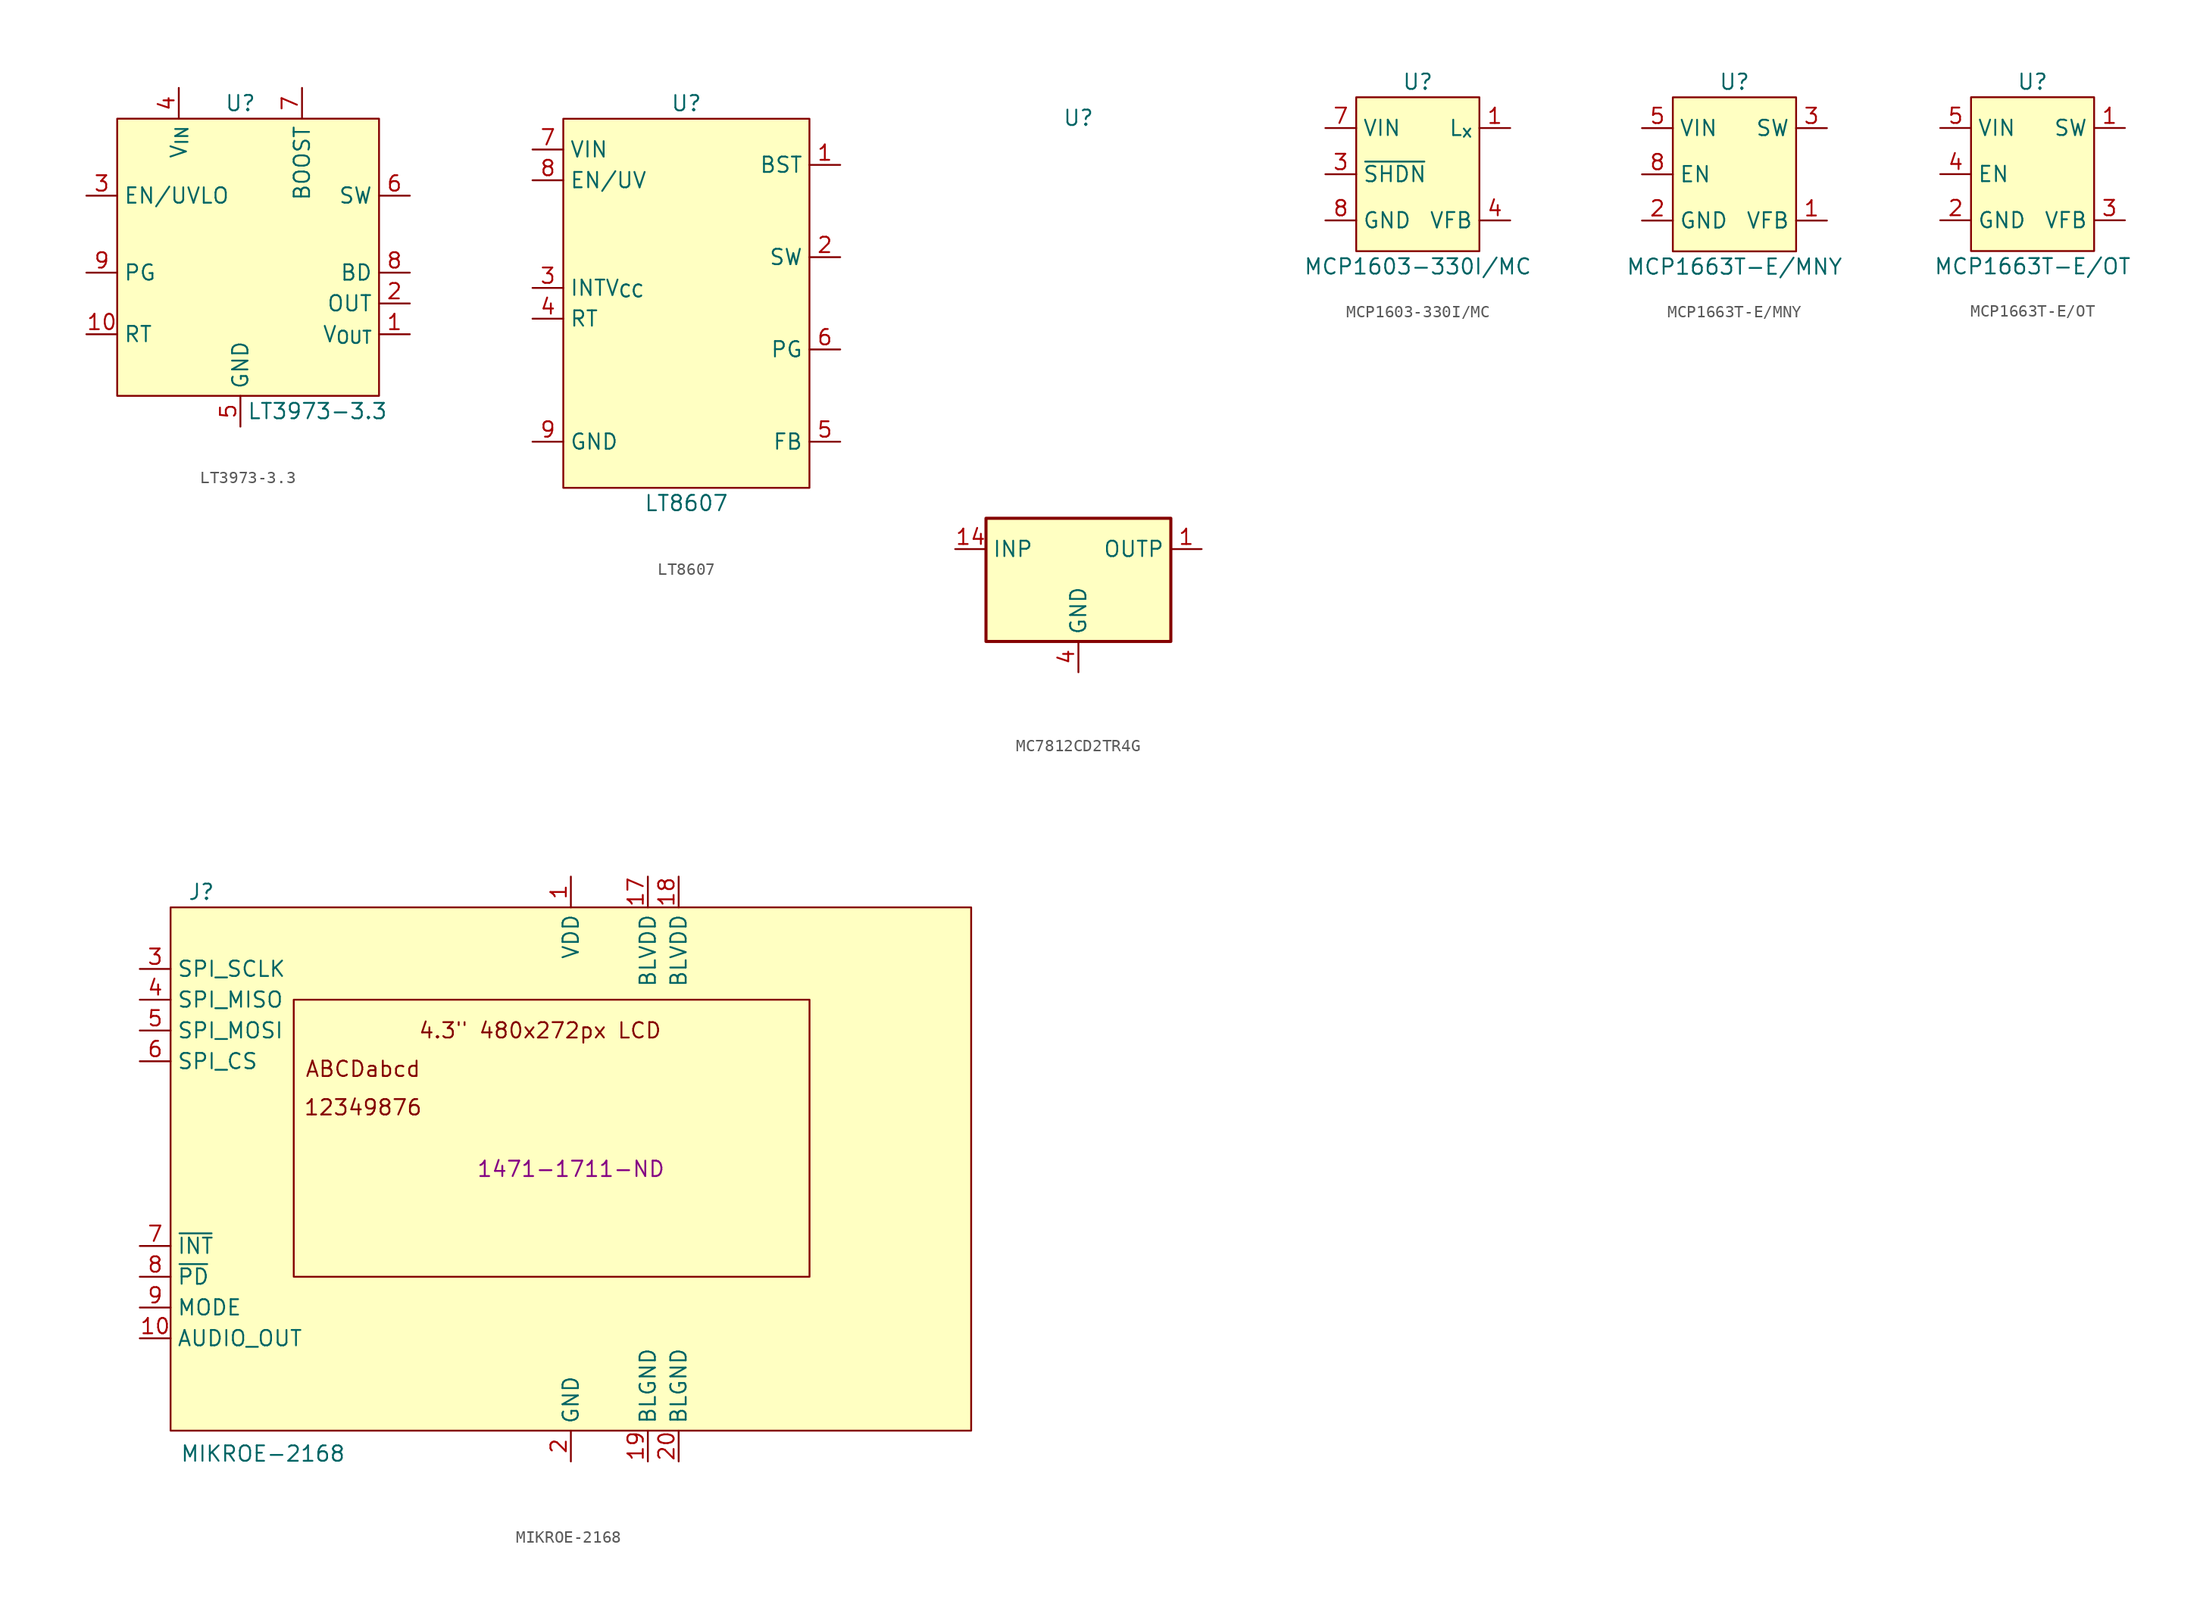
<source format=kicad_sym>
(kicad_symbol_lib
  (version 20231120)
  (generator "kicad_symbol_editor")
  (generator_version "8.0")
  (symbol "LT3973-3.3"
    (property "Reference" "U"
      (at 0 12.7 0)
      (effects (font (size 1.27 1.27))))
    (property "Value" "LT3973-3.3"
      (at 6.35 -12.7 0)
      (effects (font (size 1.27 1.27))))
    (symbol "LT3973-3.3_0_1"
      (rectangle (start -10.16 11.43) (end 11.43 -11.43) (stroke (width 0) (type default)) (fill (type background))))
    (symbol "LT3973-3.3_1_1"
      (pin input line (at 13.97 -6.35 180) (length 2.54) (name "V_{OUT}" (effects (font (size 1.27 1.27)))) (number "1" (effects (font (size 1.27 1.27)))))
      (pin input line (at -12.7 -6.35 0) (length 2.54) (name "RT" (effects (font (size 1.27 1.27)))) (number "10" (effects (font (size 1.27 1.27)))))
      (pin power_in line (at 0 -13.97 90) (length 2.54) hide (name "GND" (effects (font (size 1.27 1.27)))) (number "11" (effects (font (size 1.27 1.27)))))
      (pin input line (at 13.97 -3.81 180) (length 2.54) (name "OUT" (effects (font (size 1.27 1.27)))) (number "2" (effects (font (size 1.27 1.27)))))
      (pin input line (at -12.7 5.08 0) (length 2.54) (name "EN/UVLO" (effects (font (size 1.27 1.27)))) (number "3" (effects (font (size 1.27 1.27)))))
      (pin input line (at -5.08 13.97 270) (length 2.54) (name "V_{IN}" (effects (font (size 1.27 1.27)))) (number "4" (effects (font (size 1.27 1.27)))))
      (pin power_in line (at 0 -13.97 90) (length 2.54) (name "GND" (effects (font (size 1.27 1.27)))) (number "5" (effects (font (size 1.27 1.27)))))
      (pin input line (at 13.97 5.08 180) (length 2.54) (name "SW" (effects (font (size 1.27 1.27)))) (number "6" (effects (font (size 1.27 1.27)))))
      (pin input line (at 5.08 13.97 270) (length 2.54) (name "BOOST" (effects (font (size 1.27 1.27)))) (number "7" (effects (font (size 1.27 1.27)))))
      (pin input line (at 13.97 -1.27 180) (length 2.54) (name "BD" (effects (font (size 1.27 1.27)))) (number "8" (effects (font (size 1.27 1.27)))))
      (pin input line (at -12.7 -1.27 0) (length 2.54) (name "PG" (effects (font (size 1.27 1.27)))) (number "9" (effects (font (size 1.27 1.27)))))))
  (symbol "LT8607"
    (property "Reference" "U"
      (at 0 16.51 0)
      (effects (font (size 1.27 1.27))))
    (property "Value" "LT8607"
      (at 0 -16.51 0)
      (effects (font (size 1.27 1.27))))
    (symbol "LT8607_0_1"
      (rectangle (start -10.16 15.24) (end 10.16 -15.24) (stroke (width 0) (type default)) (fill (type background))))
    (symbol "LT8607_1_1"
      (pin input line (at 12.7 11.43 180) (length 2.54) (name "BST" (effects (font (size 1.27 1.27)))) (number "1" (effects (font (size 1.27 1.27)))))
      (pin input line (at 12.7 3.81 180) (length 2.54) (name "SW" (effects (font (size 1.27 1.27)))) (number "2" (effects (font (size 1.27 1.27)))))
      (pin input line (at -12.7 1.27 0) (length 2.54) (name "INTV_{CC}" (effects (font (size 1.27 1.27)))) (number "3" (effects (font (size 1.27 1.27)))))
      (pin input line (at -12.7 -1.27 0) (length 2.54) (name "RT" (effects (font (size 1.27 1.27)))) (number "4" (effects (font (size 1.27 1.27)))))
      (pin input line (at 12.7 -11.43 180) (length 2.54) (name "FB" (effects (font (size 1.27 1.27)))) (number "5" (effects (font (size 1.27 1.27)))))
      (pin input line (at 12.7 -3.81 180) (length 2.54) (name "PG" (effects (font (size 1.27 1.27)))) (number "6" (effects (font (size 1.27 1.27)))))
      (pin power_in line (at -12.7 12.7 0) (length 2.54) (name "VIN" (effects (font (size 1.27 1.27)))) (number "7" (effects (font (size 1.27 1.27)))))
      (pin input line (at -12.7 10.16 0) (length 2.54) (name "EN/UV" (effects (font (size 1.27 1.27)))) (number "8" (effects (font (size 1.27 1.27)))))
      (pin power_in line (at -12.7 -11.43 0) (length 2.54) (name "GND" (effects (font (size 1.27 1.27)))) (number "9" (effects (font (size 1.27 1.27)))))))
  (symbol "MC7812CD2TR4G"
    (property "Reference" "U"
      (at 0 40.64 0)
      (effects (font (size 1.27 1.27))))
    (property "Value" ""
      (at 0 0 0)
      (effects (font (size 1.27 1.27))))
    (symbol "MC7812CD2TR4G_0_1"
      (rectangle (start -7.62 7.62) (end 7.62 -2.54) (stroke (width 0.254) (type default)) (fill (type background))))
    (symbol "MC7812CD2TR4G_1_1"
      (pin power_out line (at 10.16 5.08 180) (length 2.54) (name "OUTP" (effects (font (size 1.27 1.27)))) (number "1" (effects (font (size 1.27 1.27)))))
      (pin power_in line (at -10.16 5.08 0) (length 2.54) (name "INP" (effects (font (size 1.27 1.27)))) (number "14" (effects (font (size 1.27 1.27)))))
      (pin power_in line (at 0 -5.08 90) (length 2.54) (name "GND" (effects (font (size 1.27 1.27)))) (number "4" (effects (font (size 1.27 1.27)))))))
  (symbol "MCP1603-330I/MC"
    (property "Reference" "U"
      (at 0 7.62 0)
      (effects (font (size 1.27 1.27))))
    (property "Value" "MCP1603-330I{slash}MC"
      (at 0 -7.62 0)
      (effects (font (size 1.27 1.27))))
    (symbol "MCP1603-330I/MC_0_1"
      (rectangle (start -5.08 6.35) (end 5.08 -6.35) (stroke (width 0) (type default)) (fill (type background))))
    (symbol "MCP1603-330I/MC_1_1"
      (pin passive line (at 7.62 3.81 180) (length 2.54) (name "L_{x}" (effects (font (size 1.27 1.27)))) (number "1" (effects (font (size 1.27 1.27)))))
      (pin no_connect line (at 7.62 1.27 180) (length 2.54) hide (name "" (effects (font (size 1.27 1.27)))) (number "2" (effects (font (size 1.27 1.27)))))
      (pin input line (at -7.62 0 0) (length 2.54) (name "~{SHDN}" (effects (font (size 1.27 1.27)))) (number "3" (effects (font (size 1.27 1.27)))))
      (pin passive line (at 7.62 -3.81 180) (length 2.54) (name "VFB" (effects (font (size 1.27 1.27)))) (number "4" (effects (font (size 1.27 1.27)))))
      (pin no_connect line (at 7.62 0 180) (length 2.54) hide (name "" (effects (font (size 1.27 1.27)))) (number "5" (effects (font (size 1.27 1.27)))))
      (pin no_connect line (at 7.62 -1.27 180) (length 2.54) hide (name "" (effects (font (size 1.27 1.27)))) (number "6" (effects (font (size 1.27 1.27)))))
      (pin power_in line (at -7.62 3.81 0) (length 2.54) (name "VIN" (effects (font (size 1.27 1.27)))) (number "7" (effects (font (size 1.27 1.27)))))
      (pin power_in line (at -7.62 -3.81 0) (length 2.54) (name "GND" (effects (font (size 1.27 1.27)))) (number "8" (effects (font (size 1.27 1.27)))))
      (pin power_in line (at -7.62 -3.81 0) (length 2.54) hide (name "GND" (effects (font (size 1.27 1.27)))) (number "9" (effects (font (size 1.27 1.27)))))))
  (symbol "MCP1663T-E/MNY"
    (property "Reference" "U"
      (at 0 7.62 0)
      (effects (font (size 1.27 1.27))))
    (property "Value" "MCP1663T-E{slash}MNY"
      (at 0 -7.62 0)
      (effects (font (size 1.27 1.27))))
    (symbol "MCP1663T-E/MNY_0_1"
      (rectangle (start -5.08 6.35) (end 5.08 -6.35) (stroke (width 0) (type default)) (fill (type background))))
    (symbol "MCP1663T-E/MNY_1_1"
      (pin passive line (at 7.62 -3.81 180) (length 2.54) (name "VFB" (effects (font (size 1.27 1.27)))) (number "1" (effects (font (size 1.27 1.27)))))
      (pin power_in line (at -7.62 -3.81 0) (length 2.54) (name "GND" (effects (font (size 1.27 1.27)))) (number "2" (effects (font (size 1.27 1.27)))))
      (pin passive line (at 7.62 3.81 180) (length 2.54) (name "SW" (effects (font (size 1.27 1.27)))) (number "3" (effects (font (size 1.27 1.27)))))
      (pin no_connect line (at 7.62 1.27 180) (length 2.54) hide (name "" (effects (font (size 1.27 1.27)))) (number "4" (effects (font (size 1.27 1.27)))))
      (pin power_in line (at -7.62 3.81 0) (length 2.54) (name "VIN" (effects (font (size 1.27 1.27)))) (number "5" (effects (font (size 1.27 1.27)))))
      (pin no_connect line (at 7.62 -1.27 180) (length 2.54) hide (name "" (effects (font (size 1.27 1.27)))) (number "6" (effects (font (size 1.27 1.27)))))
      (pin power_in line (at -7.62 -3.81 0) (length 2.54) hide (name "GND" (effects (font (size 1.27 1.27)))) (number "7" (effects (font (size 1.27 1.27)))))
      (pin input line (at -7.62 0 0) (length 2.54) (name "EN" (effects (font (size 1.27 1.27)))) (number "8" (effects (font (size 1.27 1.27)))))
      (pin power_in line (at -7.62 -3.81 0) (length 2.54) hide (name "GND" (effects (font (size 1.27 1.27)))) (number "9" (effects (font (size 1.27 1.27)))))))
  (symbol "MCP1663T-E/OT"
    (property "Reference" "U"
      (at 0 7.62 0)
      (effects (font (size 1.27 1.27))))
    (property "Value" "MCP1663T-E{slash}OT"
      (at 0 -7.62 0)
      (effects (font (size 1.27 1.27))))
    (symbol "MCP1663T-E/OT_0_1"
      (rectangle (start -5.08 6.35) (end 5.08 -6.35) (stroke (width 0) (type default)) (fill (type background))))
    (symbol "MCP1663T-E/OT_1_1"
      (pin passive line (at 7.62 3.81 180) (length 2.54) (name "SW" (effects (font (size 1.27 1.27)))) (number "1" (effects (font (size 1.27 1.27)))))
      (pin passive line (at -7.62 -3.81 0) (length 2.54) (name "GND" (effects (font (size 1.27 1.27)))) (number "2" (effects (font (size 1.27 1.27)))))
      (pin passive line (at 7.62 -3.81 180) (length 2.54) (name "VFB" (effects (font (size 1.27 1.27)))) (number "3" (effects (font (size 1.27 1.27)))))
      (pin input line (at -7.62 0 0) (length 2.54) (name "EN" (effects (font (size 1.27 1.27)))) (number "4" (effects (font (size 1.27 1.27)))))
      (pin passive line (at -7.62 3.81 0) (length 2.54) (name "VIN" (effects (font (size 1.27 1.27)))) (number "5" (effects (font (size 1.27 1.27)))))))
  (symbol "MIKROE-2168"
    (property "Reference" "J"
      (at -30.48 22.86 0)
      (effects (font (size 1.27 1.27))))
    (property "Value" "MIKROE-2168"
      (at -25.4 -23.495 0)
      (effects (font (size 1.27 1.27))))
    (property "Digikey" "1471-1711-ND"
      (at 0 0 0)
      (effects (font (size 1.27 1.27))))
    (symbol "MIKROE-2168_0_0"
      (text "12349876" (at -17.145 5.08 0) (effects (font (size 1.27 1.27))))
      (text "4.3\" 480x272px LCD" (at -2.54 11.43 0) (effects (font (size 1.27 1.27))))
      (text "ABCDabcd" (at -17.145 8.255 0) (effects (font (size 1.27 1.27)))))
    (symbol "MIKROE-2168_0_1"
      (rectangle (start -33.02 21.59) (end 33.02 -21.59) (stroke (width 0) (type default)) (fill (type background)))
      (rectangle (start -22.86 13.97) (end 19.685 -8.89) (stroke (width 0) (type default)) (fill (type none))))
    (symbol "MIKROE-2168_1_1"
      (pin power_in line (at 0 24.13 270) (length 2.54) (name "VDD" (effects (font (size 1.27 1.27)))) (number "1" (effects (font (size 1.27 1.27)))))
      (pin output line (at -35.56 -13.97 0) (length 2.54) (name "AUDIO_OUT" (effects (font (size 1.27 1.27)))) (number "10" (effects (font (size 1.27 1.27)))))
      (pin no_connect line (at 35.56 -6.35 180) (length 2.54) hide (name "" (effects (font (size 1.27 1.27)))) (number "11" (effects (font (size 1.27 1.27)))))
      (pin no_connect line (at 35.56 -3.81 180) (length 2.54) hide (name "" (effects (font (size 1.27 1.27)))) (number "12" (effects (font (size 1.27 1.27)))))
      (pin no_connect line (at 35.56 -1.27 180) (length 2.54) hide (name "" (effects (font (size 1.27 1.27)))) (number "13" (effects (font (size 1.27 1.27)))))
      (pin no_connect line (at 35.56 1.27 180) (length 2.54) hide (name "" (effects (font (size 1.27 1.27)))) (number "14" (effects (font (size 1.27 1.27)))))
      (pin no_connect line (at 35.56 3.81 180) (length 2.54) hide (name "" (effects (font (size 1.27 1.27)))) (number "15" (effects (font (size 1.27 1.27)))))
      (pin no_connect line (at 35.56 6.35 180) (length 2.54) hide (name "" (effects (font (size 1.27 1.27)))) (number "16" (effects (font (size 1.27 1.27)))))
      (pin power_in line (at 6.35 24.13 270) (length 2.54) (name "BLVDD" (effects (font (size 1.27 1.27)))) (number "17" (effects (font (size 1.27 1.27)))))
      (pin power_in line (at 8.89 24.13 270) (length 2.54) (name "BLVDD" (effects (font (size 1.27 1.27)))) (number "18" (effects (font (size 1.27 1.27)))))
      (pin power_in line (at 6.35 -24.13 90) (length 2.54) (name "BLGND" (effects (font (size 1.27 1.27)))) (number "19" (effects (font (size 1.27 1.27)))))
      (pin power_in line (at 0 -24.13 90) (length 2.54) (name "GND" (effects (font (size 1.27 1.27)))) (number "2" (effects (font (size 1.27 1.27)))))
      (pin power_in line (at 8.89 -24.13 90) (length 2.54) (name "BLGND" (effects (font (size 1.27 1.27)))) (number "20" (effects (font (size 1.27 1.27)))))
      (pin input line (at -35.56 16.51 0) (length 2.54) (name "SPI_SCLK" (effects (font (size 1.27 1.27)))) (number "3" (effects (font (size 1.27 1.27)))))
      (pin bidirectional line (at -35.56 13.97 0) (length 2.54) (name "SPI_MISO" (effects (font (size 1.27 1.27)))) (number "4" (effects (font (size 1.27 1.27)))))
      (pin input line (at -35.56 11.43 0) (length 2.54) (name "SPI_MOSI" (effects (font (size 1.27 1.27)))) (number "5" (effects (font (size 1.27 1.27)))))
      (pin input line (at -35.56 8.89 0) (length 2.54) (name "SPI_CS" (effects (font (size 1.27 1.27)))) (number "6" (effects (font (size 1.27 1.27)))))
      (pin open_collector line (at -35.56 -6.35 0) (length 2.54) (name "~{INT}" (effects (font (size 1.27 1.27)))) (number "7" (effects (font (size 1.27 1.27)))))
      (pin open_collector line (at -35.56 -8.89 0) (length 2.54) (name "~{PD}" (effects (font (size 1.27 1.27)))) (number "8" (effects (font (size 1.27 1.27)))))
      (pin input line (at -35.56 -11.43 0) (length 2.54) (name "MODE" (effects (font (size 1.27 1.27)))) (number "9" (effects (font (size 1.27 1.27))))))))
</source>
